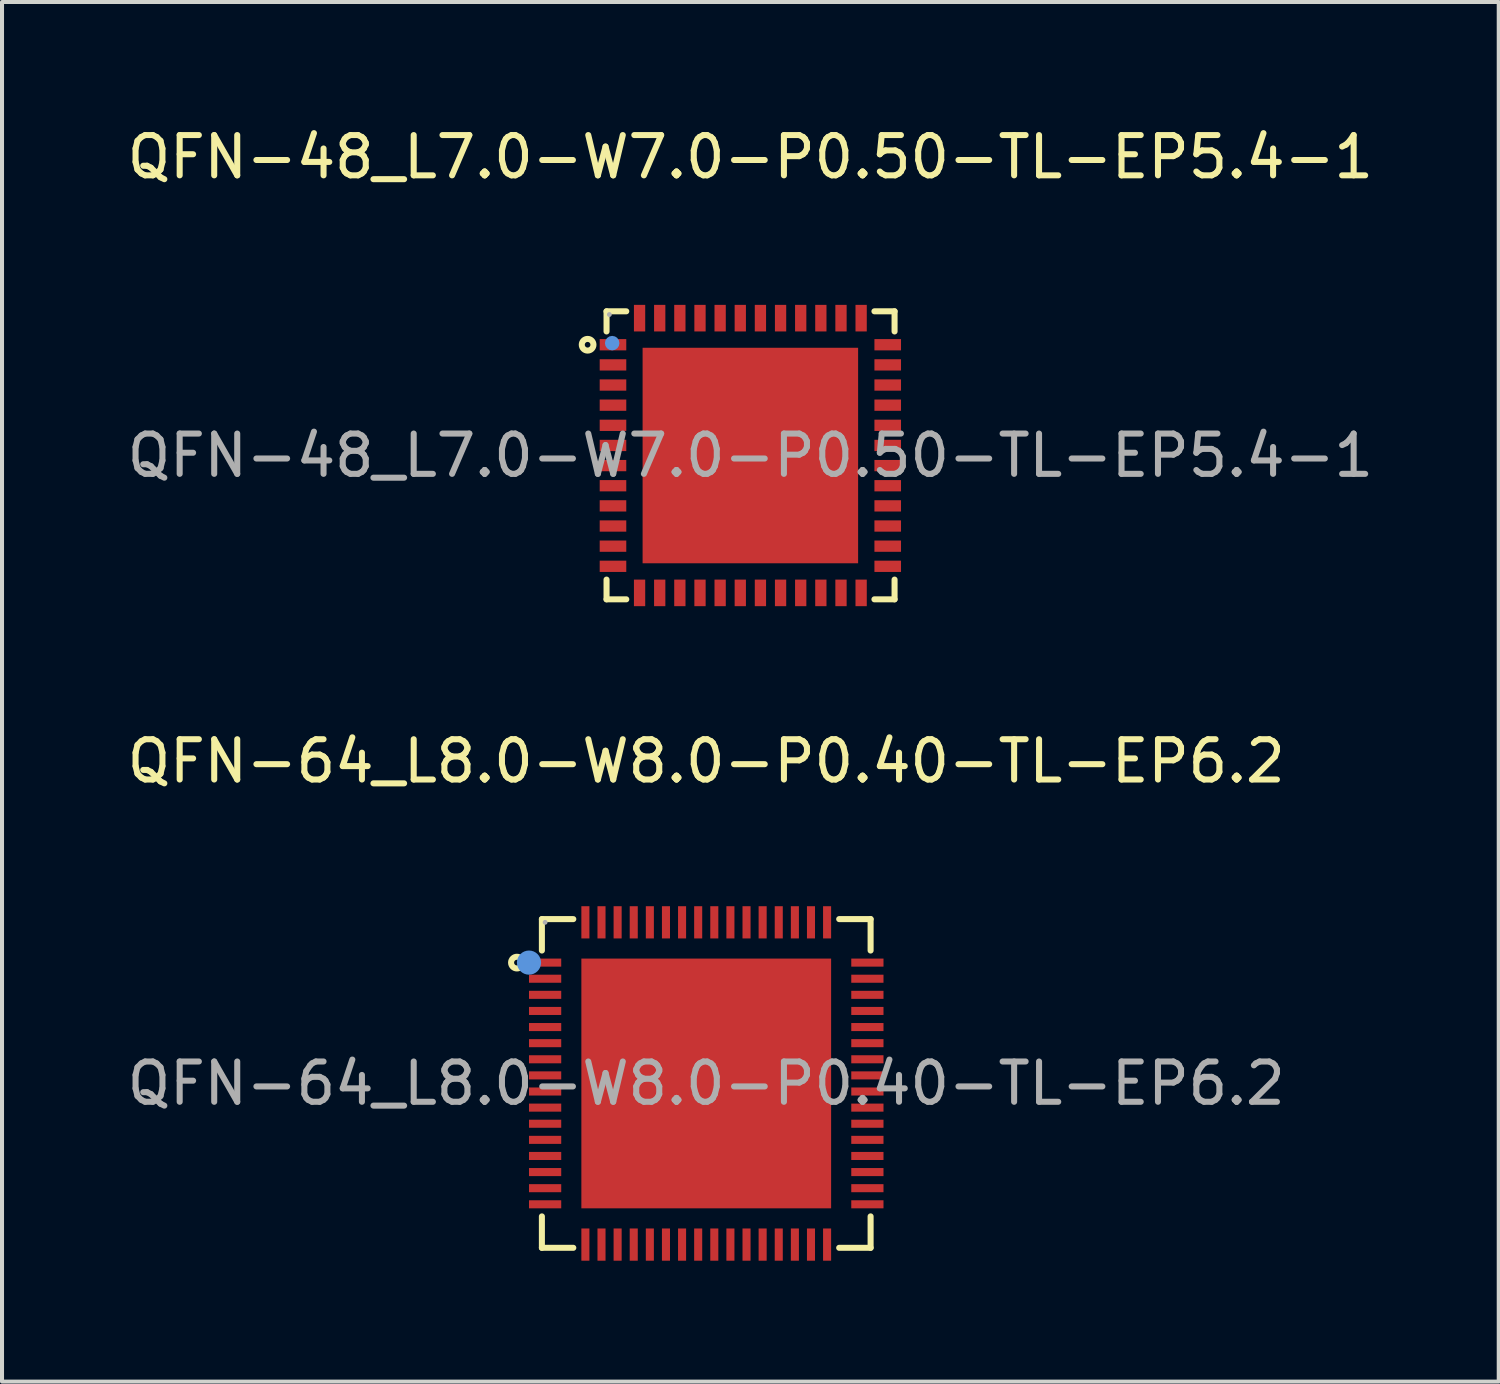
<source format=kicad_pcb>
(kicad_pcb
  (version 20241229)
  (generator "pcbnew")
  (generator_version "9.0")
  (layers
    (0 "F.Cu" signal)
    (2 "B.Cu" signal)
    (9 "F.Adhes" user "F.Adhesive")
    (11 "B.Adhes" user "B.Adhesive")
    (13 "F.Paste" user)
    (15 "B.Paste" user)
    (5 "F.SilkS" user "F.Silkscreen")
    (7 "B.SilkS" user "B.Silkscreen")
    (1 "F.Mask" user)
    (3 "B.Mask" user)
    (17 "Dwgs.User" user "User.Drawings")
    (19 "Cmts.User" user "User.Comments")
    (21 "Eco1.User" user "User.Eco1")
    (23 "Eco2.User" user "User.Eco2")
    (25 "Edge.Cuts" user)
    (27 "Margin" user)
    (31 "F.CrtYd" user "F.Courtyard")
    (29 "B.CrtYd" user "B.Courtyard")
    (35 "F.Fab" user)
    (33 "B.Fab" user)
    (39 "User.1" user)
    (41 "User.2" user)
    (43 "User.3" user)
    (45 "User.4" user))
  (footprint "QFN-64_L8.0-W8.0-P0.40-TL-EP6.2"
    (layer "F.Cu")
    (at 14.482 23.846)
    (property "Reference" "QFN-64_L8.0-W8.0-P0.40-TL-EP6.2" (at 0 -8 0) (layer "F.SilkS") (effects (font (size 1 1) (thickness 0.15))))
    (attr smd)
    (fp_line (start -4.08 -4.08) (end -3.3 -4.08) (stroke (width 0.15) (type solid)) (layer "F.SilkS"))
    (fp_line (start -4.08 -3.3) (end -4.08 -4.08) (stroke (width 0.15) (type solid)) (layer "F.SilkS"))
    (fp_line (start -4.08 3.3) (end -4.08 4.08) (stroke (width 0.15) (type solid)) (layer "F.SilkS"))
    (fp_line (start -4.08 4.08) (end -3.3 4.08) (stroke (width 0.15) (type solid)) (layer "F.SilkS"))
    (fp_line (start 4.08 -4.08) (end 3.3 -4.08) (stroke (width 0.15) (type solid)) (layer "F.SilkS"))
    (fp_line (start 4.08 -3.3) (end 4.08 -4.08) (stroke (width 0.15) (type solid)) (layer "F.SilkS"))
    (fp_line (start 4.08 3.3) (end 4.08 4.08) (stroke (width 0.15) (type solid)) (layer "F.SilkS"))
    (fp_line (start 4.08 4.08) (end 3.3 4.08) (stroke (width 0.15) (type solid)) (layer "F.SilkS"))
    (fp_circle (center -4.7 -3) (end -4.63 -3) (stroke (width 0.15) (type solid)) (fill no) (layer "F.SilkS"))
    (fp_circle (center -4.4 -3) (end -4.25 -3) (stroke (width 0.3) (type solid)) (fill no) (layer "Cmts.User"))
    (fp_circle (center -4 -4) (end -3.97 -4) (stroke (width 0.06) (type solid)) (fill no) (layer "F.Fab"))
    (fp_text user "${REFERENCE}" (at 0 0 0) (layer "F.Fab") (effects (font (size 1 1) (thickness 0.15))))
    (pad "1" smd rect (at -4 -3) (size 0.8 0.2) (layers "F.Cu" "F.Mask" "F.Paste"))
    (pad "2" smd rect (at -4 -2.6) (size 0.8 0.2) (layers "F.Cu" "F.Mask" "F.Paste"))
    (pad "3" smd rect (at -4 -2.2) (size 0.8 0.2) (layers "F.Cu" "F.Mask" "F.Paste"))
    (pad "4" smd rect (at -4 -1.8) (size 0.8 0.2) (layers "F.Cu" "F.Mask" "F.Paste"))
    (pad "5" smd rect (at -4 -1.4) (size 0.8 0.2) (layers "F.Cu" "F.Mask" "F.Paste"))
    (pad "6" smd rect (at -4 -1) (size 0.8 0.2) (layers "F.Cu" "F.Mask" "F.Paste"))
    (pad "7" smd rect (at -4 -0.6) (size 0.8 0.2) (layers "F.Cu" "F.Mask" "F.Paste"))
    (pad "8" smd rect (at -4 -0.2) (size 0.8 0.2) (layers "F.Cu" "F.Mask" "F.Paste"))
    (pad "9" smd rect (at -4 0.2) (size 0.8 0.2) (layers "F.Cu" "F.Mask" "F.Paste"))
    (pad "10" smd rect (at -4 0.6) (size 0.8 0.2) (layers "F.Cu" "F.Mask" "F.Paste"))
    (pad "11" smd rect (at -4 1) (size 0.8 0.2) (layers "F.Cu" "F.Mask" "F.Paste"))
    (pad "12" smd rect (at -4 1.4) (size 0.8 0.2) (layers "F.Cu" "F.Mask" "F.Paste"))
    (pad "13" smd rect (at -4 1.8) (size 0.8 0.2) (layers "F.Cu" "F.Mask" "F.Paste"))
    (pad "14" smd rect (at -4 2.2) (size 0.8 0.2) (layers "F.Cu" "F.Mask" "F.Paste"))
    (pad "15" smd rect (at -4 2.6) (size 0.8 0.2) (layers "F.Cu" "F.Mask" "F.Paste"))
    (pad "16" smd rect (at -4 3) (size 0.8 0.2) (layers "F.Cu" "F.Mask" "F.Paste"))
    (pad "17" smd rect (at -3 4) (size 0.2 0.8) (layers "F.Cu" "F.Mask" "F.Paste"))
    (pad "18" smd rect (at -2.6 4) (size 0.2 0.8) (layers "F.Cu" "F.Mask" "F.Paste"))
    (pad "19" smd rect (at -2.2 4) (size 0.2 0.8) (layers "F.Cu" "F.Mask" "F.Paste"))
    (pad "20" smd rect (at -1.8 4) (size 0.2 0.8) (layers "F.Cu" "F.Mask" "F.Paste"))
    (pad "21" smd rect (at -1.4 4) (size 0.2 0.8) (layers "F.Cu" "F.Mask" "F.Paste"))
    (pad "22" smd rect (at -1 4) (size 0.2 0.8) (layers "F.Cu" "F.Mask" "F.Paste"))
    (pad "23" smd rect (at -0.6 4) (size 0.2 0.8) (layers "F.Cu" "F.Mask" "F.Paste"))
    (pad "24" smd rect (at -0.2 4) (size 0.2 0.8) (layers "F.Cu" "F.Mask" "F.Paste"))
    (pad "25" smd rect (at 0.2 4) (size 0.2 0.8) (layers "F.Cu" "F.Mask" "F.Paste"))
    (pad "26" smd rect (at 0.6 4) (size 0.2 0.8) (layers "F.Cu" "F.Mask" "F.Paste"))
    (pad "27" smd rect (at 1 4) (size 0.2 0.8) (layers "F.Cu" "F.Mask" "F.Paste"))
    (pad "28" smd rect (at 1.4 4) (size 0.2 0.8) (layers "F.Cu" "F.Mask" "F.Paste"))
    (pad "29" smd rect (at 1.8 4) (size 0.2 0.8) (layers "F.Cu" "F.Mask" "F.Paste"))
    (pad "30" smd rect (at 2.2 4) (size 0.2 0.8) (layers "F.Cu" "F.Mask" "F.Paste"))
    (pad "31" smd rect (at 2.6 4) (size 0.2 0.8) (layers "F.Cu" "F.Mask" "F.Paste"))
    (pad "32" smd rect (at 3 4) (size 0.2 0.8) (layers "F.Cu" "F.Mask" "F.Paste"))
    (pad "33" smd rect (at 4 3) (size 0.8 0.2) (layers "F.Cu" "F.Mask" "F.Paste"))
    (pad "34" smd rect (at 4 2.6) (size 0.8 0.2) (layers "F.Cu" "F.Mask" "F.Paste"))
    (pad "35" smd rect (at 4 2.2) (size 0.8 0.2) (layers "F.Cu" "F.Mask" "F.Paste"))
    (pad "36" smd rect (at 4 1.8) (size 0.8 0.2) (layers "F.Cu" "F.Mask" "F.Paste"))
    (pad "37" smd rect (at 4 1.4) (size 0.8 0.2) (layers "F.Cu" "F.Mask" "F.Paste"))
    (pad "38" smd rect (at 4 1) (size 0.8 0.2) (layers "F.Cu" "F.Mask" "F.Paste"))
    (pad "39" smd rect (at 4 0.6) (size 0.8 0.2) (layers "F.Cu" "F.Mask" "F.Paste"))
    (pad "40" smd rect (at 4 0.2) (size 0.8 0.2) (layers "F.Cu" "F.Mask" "F.Paste"))
    (pad "41" smd rect (at 4 -0.2) (size 0.8 0.2) (layers "F.Cu" "F.Mask" "F.Paste"))
    (pad "42" smd rect (at 4 -0.6) (size 0.8 0.2) (layers "F.Cu" "F.Mask" "F.Paste"))
    (pad "43" smd rect (at 4 -1) (size 0.8 0.2) (layers "F.Cu" "F.Mask" "F.Paste"))
    (pad "44" smd rect (at 4 -1.4) (size 0.8 0.2) (layers "F.Cu" "F.Mask" "F.Paste"))
    (pad "45" smd rect (at 4 -1.8) (size 0.8 0.2) (layers "F.Cu" "F.Mask" "F.Paste"))
    (pad "46" smd rect (at 4 -2.2) (size 0.8 0.2) (layers "F.Cu" "F.Mask" "F.Paste"))
    (pad "47" smd rect (at 4 -2.6) (size 0.8 0.2) (layers "F.Cu" "F.Mask" "F.Paste"))
    (pad "48" smd rect (at 4 -3) (size 0.8 0.2) (layers "F.Cu" "F.Mask" "F.Paste"))
    (pad "49" smd rect (at 3 -4) (size 0.2 0.8) (layers "F.Cu" "F.Mask" "F.Paste"))
    (pad "50" smd rect (at 2.6 -4) (size 0.2 0.8) (layers "F.Cu" "F.Mask" "F.Paste"))
    (pad "51" smd rect (at 2.2 -4) (size 0.2 0.8) (layers "F.Cu" "F.Mask" "F.Paste"))
    (pad "52" smd rect (at 1.8 -4) (size 0.2 0.8) (layers "F.Cu" "F.Mask" "F.Paste"))
    (pad "53" smd rect (at 1.4 -4) (size 0.2 0.8) (layers "F.Cu" "F.Mask" "F.Paste"))
    (pad "54" smd rect (at 1 -4) (size 0.2 0.8) (layers "F.Cu" "F.Mask" "F.Paste"))
    (pad "55" smd rect (at 0.6 -4) (size 0.2 0.8) (layers "F.Cu" "F.Mask" "F.Paste"))
    (pad "56" smd rect (at 0.2 -4) (size 0.2 0.8) (layers "F.Cu" "F.Mask" "F.Paste"))
    (pad "57" smd rect (at -0.2 -4) (size 0.2 0.8) (layers "F.Cu" "F.Mask" "F.Paste"))
    (pad "58" smd rect (at -0.6 -4) (size 0.2 0.8) (layers "F.Cu" "F.Mask" "F.Paste"))
    (pad "59" smd rect (at -1 -4) (size 0.2 0.8) (layers "F.Cu" "F.Mask" "F.Paste"))
    (pad "60" smd rect (at -1.4 -4) (size 0.2 0.8) (layers "F.Cu" "F.Mask" "F.Paste"))
    (pad "61" smd rect (at -1.8 -4) (size 0.2 0.8) (layers "F.Cu" "F.Mask" "F.Paste"))
    (pad "62" smd rect (at -2.2 -4) (size 0.2 0.8) (layers "F.Cu" "F.Mask" "F.Paste"))
    (pad "63" smd rect (at -2.6 -4) (size 0.2 0.8) (layers "F.Cu" "F.Mask" "F.Paste"))
    (pad "64" smd rect (at -3 -4) (size 0.2 0.8) (layers "F.Cu" "F.Mask" "F.Paste"))
    (pad "65" smd rect (at 0 0) (size 6.2 6.2) (layers "F.Cu" "F.Mask" "F.Paste")))
  (footprint "QFN-48_L7.0-W7.0-P0.50-TL-EP5.4-1"
    (layer "F.Cu")
    (at 15.577 8.258)
    (property "Reference" "QFN-48_L7.0-W7.0-P0.50-TL-EP5.4-1" (at 0 -7.41 0) (layer "F.SilkS") (effects (font (size 1 1) (thickness 0.15))))
    (attr smd)
    (fp_line (start -3.57 -3.58) (end -3.57 -3.08) (stroke (width 0.15) (type solid)) (layer "F.SilkS"))
    (fp_line (start -3.57 3.57) (end -3.57 3.08) (stroke (width 0.15) (type solid)) (layer "F.SilkS"))
    (fp_line (start -3.08 -3.58) (end -3.57 -3.58) (stroke (width 0.15) (type solid)) (layer "F.SilkS"))
    (fp_line (start -3.08 3.57) (end -3.57 3.57) (stroke (width 0.15) (type solid)) (layer "F.SilkS"))
    (fp_line (start 3.08 -3.58) (end 3.58 -3.58) (stroke (width 0.15) (type solid)) (layer "F.SilkS"))
    (fp_line (start 3.08 3.57) (end 3.58 3.57) (stroke (width 0.15) (type solid)) (layer "F.SilkS"))
    (fp_line (start 3.58 -3.58) (end 3.58 -3.08) (stroke (width 0.15) (type solid)) (layer "F.SilkS"))
    (fp_line (start 3.58 3.57) (end 3.58 3.08) (stroke (width 0.15) (type solid)) (layer "F.SilkS"))
    (fp_circle (center -4.04 -2.75) (end -3.97 -2.75) (stroke (width 0.15) (type solid)) (fill no) (layer "F.SilkS"))
    (fp_circle (center -3.43 -2.79) (end -3.34 -2.79) (stroke (width 0.18) (type solid)) (fill no) (layer "Cmts.User"))
    (fp_circle (center -3.5 -3.5) (end -3.47 -3.5) (stroke (width 0.06) (type solid)) (fill no) (layer "F.Fab"))
    (fp_text user "${REFERENCE}" (at 0 0 0) (layer "F.Fab") (effects (font (size 1 1) (thickness 0.15))))
    (pad "1" smd rect (at -3.41 -2.75) (size 0.66 0.28) (layers "F.Cu" "F.Mask" "F.Paste"))
    (pad "2" smd rect (at -3.41 -2.25) (size 0.66 0.28) (layers "F.Cu" "F.Mask" "F.Paste"))
    (pad "3" smd rect (at -3.41 -1.75) (size 0.66 0.28) (layers "F.Cu" "F.Mask" "F.Paste"))
    (pad "4" smd rect (at -3.41 -1.25) (size 0.66 0.28) (layers "F.Cu" "F.Mask" "F.Paste"))
    (pad "5" smd rect (at -3.41 -0.75) (size 0.66 0.28) (layers "F.Cu" "F.Mask" "F.Paste"))
    (pad "6" smd rect (at -3.41 -0.25) (size 0.66 0.28) (layers "F.Cu" "F.Mask" "F.Paste"))
    (pad "7" smd rect (at -3.41 0.25) (size 0.66 0.28) (layers "F.Cu" "F.Mask" "F.Paste"))
    (pad "8" smd rect (at -3.41 0.75) (size 0.66 0.28) (layers "F.Cu" "F.Mask" "F.Paste"))
    (pad "9" smd rect (at -3.41 1.25) (size 0.66 0.28) (layers "F.Cu" "F.Mask" "F.Paste"))
    (pad "10" smd rect (at -3.41 1.75) (size 0.66 0.28) (layers "F.Cu" "F.Mask" "F.Paste"))
    (pad "11" smd rect (at -3.41 2.25) (size 0.66 0.28) (layers "F.Cu" "F.Mask" "F.Paste"))
    (pad "12" smd rect (at -3.41 2.75) (size 0.66 0.28) (layers "F.Cu" "F.Mask" "F.Paste"))
    (pad "13" smd rect (at -2.75 3.41) (size 0.28 0.66) (layers "F.Cu" "F.Mask" "F.Paste"))
    (pad "14" smd rect (at -2.25 3.41) (size 0.28 0.66) (layers "F.Cu" "F.Mask" "F.Paste"))
    (pad "15" smd rect (at -1.75 3.41) (size 0.28 0.66) (layers "F.Cu" "F.Mask" "F.Paste"))
    (pad "16" smd rect (at -1.25 3.41) (size 0.28 0.66) (layers "F.Cu" "F.Mask" "F.Paste"))
    (pad "17" smd rect (at -0.75 3.41) (size 0.28 0.66) (layers "F.Cu" "F.Mask" "F.Paste"))
    (pad "18" smd rect (at -0.25 3.41) (size 0.28 0.66) (layers "F.Cu" "F.Mask" "F.Paste"))
    (pad "19" smd rect (at 0.25 3.41) (size 0.28 0.66) (layers "F.Cu" "F.Mask" "F.Paste"))
    (pad "20" smd rect (at 0.75 3.41) (size 0.28 0.66) (layers "F.Cu" "F.Mask" "F.Paste"))
    (pad "21" smd rect (at 1.25 3.41) (size 0.28 0.66) (layers "F.Cu" "F.Mask" "F.Paste"))
    (pad "22" smd rect (at 1.75 3.41) (size 0.28 0.66) (layers "F.Cu" "F.Mask" "F.Paste"))
    (pad "23" smd rect (at 2.25 3.41) (size 0.28 0.66) (layers "F.Cu" "F.Mask" "F.Paste"))
    (pad "24" smd rect (at 2.75 3.41) (size 0.28 0.66) (layers "F.Cu" "F.Mask" "F.Paste"))
    (pad "25" smd rect (at 3.41 2.75) (size 0.66 0.28) (layers "F.Cu" "F.Mask" "F.Paste"))
    (pad "26" smd rect (at 3.41 2.25) (size 0.66 0.28) (layers "F.Cu" "F.Mask" "F.Paste"))
    (pad "27" smd rect (at 3.41 1.75) (size 0.66 0.28) (layers "F.Cu" "F.Mask" "F.Paste"))
    (pad "28" smd rect (at 3.41 1.25) (size 0.66 0.28) (layers "F.Cu" "F.Mask" "F.Paste"))
    (pad "29" smd rect (at 3.41 0.75) (size 0.66 0.28) (layers "F.Cu" "F.Mask" "F.Paste"))
    (pad "30" smd rect (at 3.41 0.25) (size 0.66 0.28) (layers "F.Cu" "F.Mask" "F.Paste"))
    (pad "31" smd rect (at 3.41 -0.25) (size 0.66 0.28) (layers "F.Cu" "F.Mask" "F.Paste"))
    (pad "32" smd rect (at 3.41 -0.75) (size 0.66 0.28) (layers "F.Cu" "F.Mask" "F.Paste"))
    (pad "33" smd rect (at 3.41 -1.25) (size 0.66 0.28) (layers "F.Cu" "F.Mask" "F.Paste"))
    (pad "34" smd rect (at 3.41 -1.75) (size 0.66 0.28) (layers "F.Cu" "F.Mask" "F.Paste"))
    (pad "35" smd rect (at 3.41 -2.25) (size 0.66 0.28) (layers "F.Cu" "F.Mask" "F.Paste"))
    (pad "36" smd rect (at 3.41 -2.75) (size 0.66 0.28) (layers "F.Cu" "F.Mask" "F.Paste"))
    (pad "37" smd rect (at 2.75 -3.41) (size 0.28 0.66) (layers "F.Cu" "F.Mask" "F.Paste"))
    (pad "38" smd rect (at 2.25 -3.41) (size 0.28 0.66) (layers "F.Cu" "F.Mask" "F.Paste"))
    (pad "39" smd rect (at 1.75 -3.41) (size 0.28 0.66) (layers "F.Cu" "F.Mask" "F.Paste"))
    (pad "40" smd rect (at 1.25 -3.41) (size 0.28 0.66) (layers "F.Cu" "F.Mask" "F.Paste"))
    (pad "41" smd rect (at 0.75 -3.41) (size 0.28 0.66) (layers "F.Cu" "F.Mask" "F.Paste"))
    (pad "42" smd rect (at 0.25 -3.41) (size 0.28 0.66) (layers "F.Cu" "F.Mask" "F.Paste"))
    (pad "43" smd rect (at -0.25 -3.41) (size 0.28 0.66) (layers "F.Cu" "F.Mask" "F.Paste"))
    (pad "44" smd rect (at -0.75 -3.41) (size 0.28 0.66) (layers "F.Cu" "F.Mask" "F.Paste"))
    (pad "45" smd rect (at -1.25 -3.41) (size 0.28 0.66) (layers "F.Cu" "F.Mask" "F.Paste"))
    (pad "46" smd rect (at -1.75 -3.41) (size 0.28 0.66) (layers "F.Cu" "F.Mask" "F.Paste"))
    (pad "47" smd rect (at -2.25 -3.41) (size 0.28 0.66) (layers "F.Cu" "F.Mask" "F.Paste"))
    (pad "48" smd rect (at -2.75 -3.41) (size 0.28 0.66) (layers "F.Cu" "F.Mask" "F.Paste"))
    (pad "49" smd rect (at 0 0) (size 5.35 5.35) (layers "F.Cu" "F.Mask" "F.Paste")))
  (gr_rect
    (start -3 -3)
    (end 34.155 31.247)
    (stroke (width 0.1) (type default))
    (fill no)
    (layer "Edge.Cuts")))
</source>
